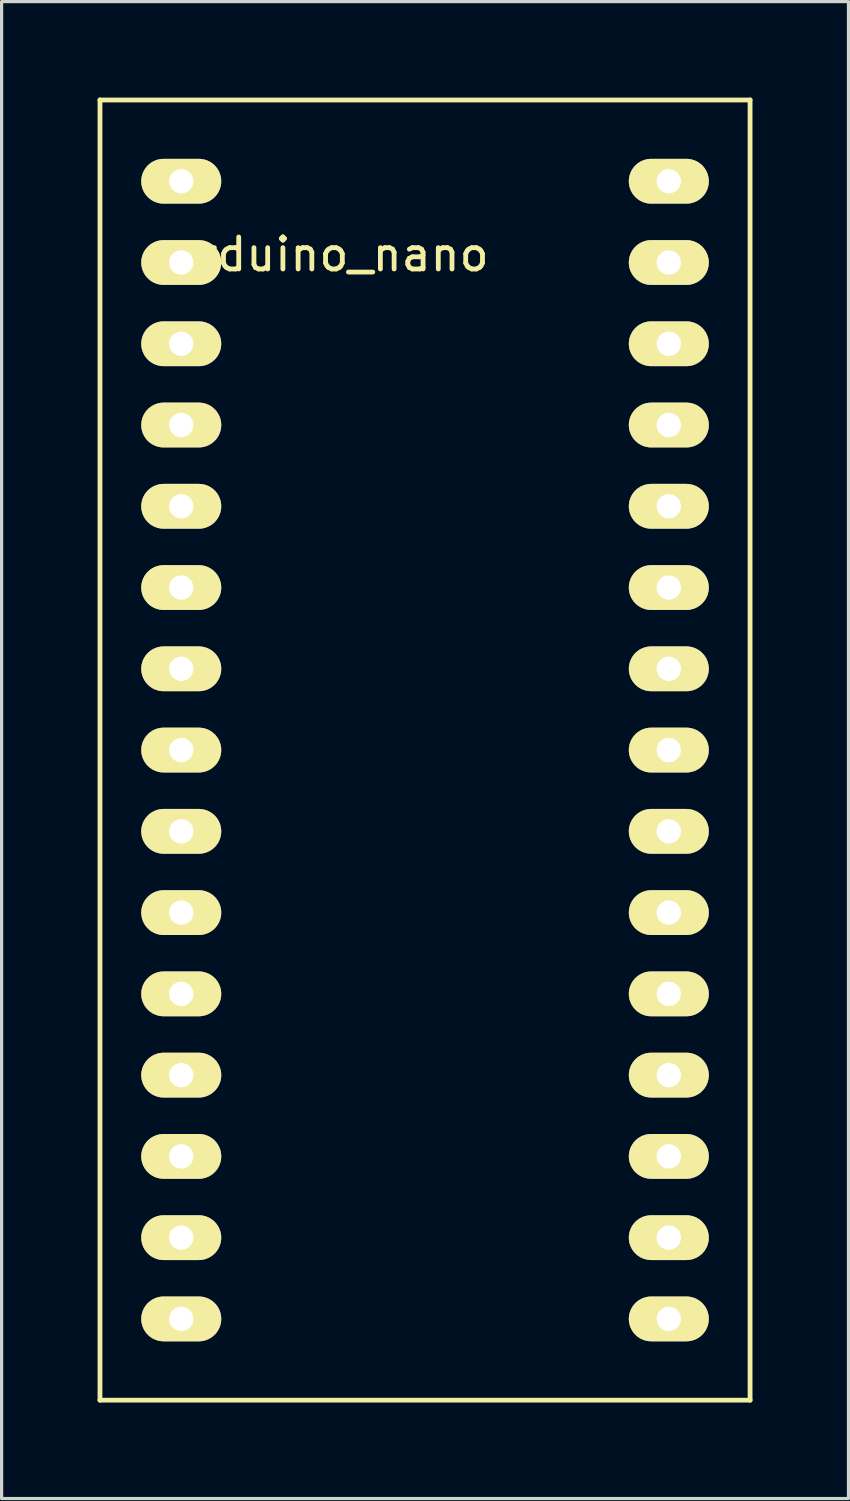
<source format=kicad_pcb>
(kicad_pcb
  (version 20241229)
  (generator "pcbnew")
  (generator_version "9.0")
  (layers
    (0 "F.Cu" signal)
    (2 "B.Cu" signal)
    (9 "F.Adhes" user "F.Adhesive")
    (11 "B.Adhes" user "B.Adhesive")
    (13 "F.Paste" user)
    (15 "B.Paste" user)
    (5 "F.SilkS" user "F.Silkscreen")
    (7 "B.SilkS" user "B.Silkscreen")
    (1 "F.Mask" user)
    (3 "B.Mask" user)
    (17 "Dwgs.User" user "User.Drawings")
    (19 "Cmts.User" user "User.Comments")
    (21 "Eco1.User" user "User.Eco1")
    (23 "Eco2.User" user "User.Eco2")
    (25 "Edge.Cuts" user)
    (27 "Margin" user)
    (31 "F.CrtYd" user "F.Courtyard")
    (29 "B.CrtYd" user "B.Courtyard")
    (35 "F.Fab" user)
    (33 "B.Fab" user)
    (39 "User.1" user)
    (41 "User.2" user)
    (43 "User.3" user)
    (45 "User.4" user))
  (footprint "arduino_nano"
    (layer "F.Cu")
    (at 9.507 20.651)
    (property "Reference" "arduino_nano" (at -2.286 -15.748 180) (layer "F.SilkS") (effects (font (size 1 1) (thickness 0.15))))
    (attr through_hole)
    (fp_line (start -9.432 -20.576) (end 10.888 -20.576) (stroke (width 0.15) (type solid)) (layer "F.SilkS"))
    (fp_line (start -9.432 20.064) (end -9.432 -20.576) (stroke (width 0.15) (type solid)) (layer "F.SilkS"))
    (fp_line (start 10.888 -20.576) (end 10.888 20.064) (stroke (width 0.15) (type solid)) (layer "F.SilkS"))
    (fp_line (start 10.888 20.064) (end -9.432 20.064) (stroke (width 0.15) (type solid)) (layer "F.SilkS"))
    (pad "1" thru_hole oval (at -6.892 -18.036 90) (size 1.4 2.5) (drill 0.762) (layers "*.Cu" "*.Mask" "F.SilkS"))
    (pad "2" thru_hole oval (at 8.348 -18.036 90) (size 1.4 2.5) (drill 0.762) (layers "*.Cu" "*.Mask" "F.SilkS"))
    (pad "3" thru_hole oval (at -6.892 -15.496 90) (size 1.4 2.5) (drill 0.762) (layers "*.Cu" "*.Mask" "F.SilkS"))
    (pad "4" thru_hole oval (at 8.348 -15.496 90) (size 1.4 2.5) (drill 0.762) (layers "*.Cu" "*.Mask" "F.SilkS"))
    (pad "5" thru_hole oval (at -6.892 -12.956 90) (size 1.4 2.5) (drill 0.762) (layers "*.Cu" "*.Mask" "F.SilkS"))
    (pad "6" thru_hole oval (at 8.348 -12.956 90) (size 1.4 2.5) (drill 0.762) (layers "*.Cu" "*.Mask" "F.SilkS"))
    (pad "7" thru_hole oval (at -6.892 -10.416 90) (size 1.4 2.5) (drill 0.762) (layers "*.Cu" "*.Mask" "F.SilkS"))
    (pad "8" thru_hole oval (at 8.348 -10.416 90) (size 1.4 2.5) (drill 0.762) (layers "*.Cu" "*.Mask" "F.SilkS"))
    (pad "9" thru_hole oval (at -6.892 -7.876 90) (size 1.4 2.5) (drill 0.762) (layers "*.Cu" "*.Mask" "F.SilkS"))
    (pad "10" thru_hole oval (at 8.348 -7.876 90) (size 1.4 2.5) (drill 0.762) (layers "*.Cu" "*.Mask" "F.SilkS"))
    (pad "11" thru_hole oval (at -6.892 -5.336 90) (size 1.4 2.5) (drill 0.762) (layers "*.Cu" "*.Mask" "F.SilkS"))
    (pad "12" thru_hole oval (at 8.348 -5.336 90) (size 1.4 2.5) (drill 0.762) (layers "*.Cu" "*.Mask" "F.SilkS"))
    (pad "13" thru_hole oval (at -6.892 -2.796 90) (size 1.4 2.5) (drill 0.762) (layers "*.Cu" "*.Mask" "F.SilkS"))
    (pad "14" thru_hole oval (at 8.348 -2.796 90) (size 1.4 2.5) (drill 0.762) (layers "*.Cu" "*.Mask" "F.SilkS"))
    (pad "15" thru_hole oval (at -6.892 -0.256 90) (size 1.4 2.5) (drill 0.762) (layers "*.Cu" "*.Mask" "F.SilkS"))
    (pad "16" thru_hole oval (at 8.348 -0.256 90) (size 1.4 2.5) (drill 0.762) (layers "*.Cu" "*.Mask" "F.SilkS"))
    (pad "17" thru_hole oval (at -6.892 2.284 90) (size 1.4 2.5) (drill 0.762) (layers "*.Cu" "*.Mask" "F.SilkS"))
    (pad "18" thru_hole oval (at 8.348 2.284 90) (size 1.4 2.5) (drill 0.762) (layers "*.Cu" "*.Mask" "F.SilkS"))
    (pad "19" thru_hole oval (at -6.892 4.824 90) (size 1.4 2.5) (drill 0.762) (layers "*.Cu" "*.Mask" "F.SilkS"))
    (pad "20" thru_hole oval (at 8.348 4.824 90) (size 1.4 2.5) (drill 0.762) (layers "*.Cu" "*.Mask" "F.SilkS"))
    (pad "21" thru_hole oval (at -6.892 7.364 90) (size 1.4 2.5) (drill 0.762) (layers "*.Cu" "*.Mask" "F.SilkS"))
    (pad "22" thru_hole oval (at 8.348 7.364 90) (size 1.4 2.5) (drill 0.762) (layers "*.Cu" "*.Mask" "F.SilkS"))
    (pad "23" thru_hole oval (at -6.892 9.904 90) (size 1.4 2.5) (drill 0.762) (layers "*.Cu" "*.Mask" "F.SilkS"))
    (pad "24" thru_hole oval (at 8.348 9.904 90) (size 1.4 2.5) (drill 0.762) (layers "*.Cu" "*.Mask" "F.SilkS"))
    (pad "25" thru_hole oval (at -6.892 12.444 90) (size 1.4 2.5) (drill 0.762) (layers "*.Cu" "*.Mask" "F.SilkS"))
    (pad "26" thru_hole oval (at 8.348 12.444 90) (size 1.4 2.5) (drill 0.762) (layers "*.Cu" "*.Mask" "F.SilkS"))
    (pad "27" thru_hole oval (at -6.892 14.984 90) (size 1.4 2.5) (drill 0.762) (layers "*.Cu" "*.Mask" "F.SilkS"))
    (pad "28" thru_hole oval (at 8.348 14.984 90) (size 1.4 2.5) (drill 0.762) (layers "*.Cu" "*.Mask" "F.SilkS"))
    (pad "29" thru_hole oval (at -6.892 17.524 90) (size 1.4 2.5) (drill 0.762) (layers "*.Cu" "*.Mask" "F.SilkS"))
    (pad "30" thru_hole oval (at 8.348 17.524 90) (size 1.4 2.5) (drill 0.762) (layers "*.Cu" "*.Mask" "F.SilkS")))
  (gr_rect
    (start -3 -3)
    (end 23.47 43.79)
    (stroke (width 0.1) (type default))
    (fill no)
    (layer "Edge.Cuts")))
</source>
